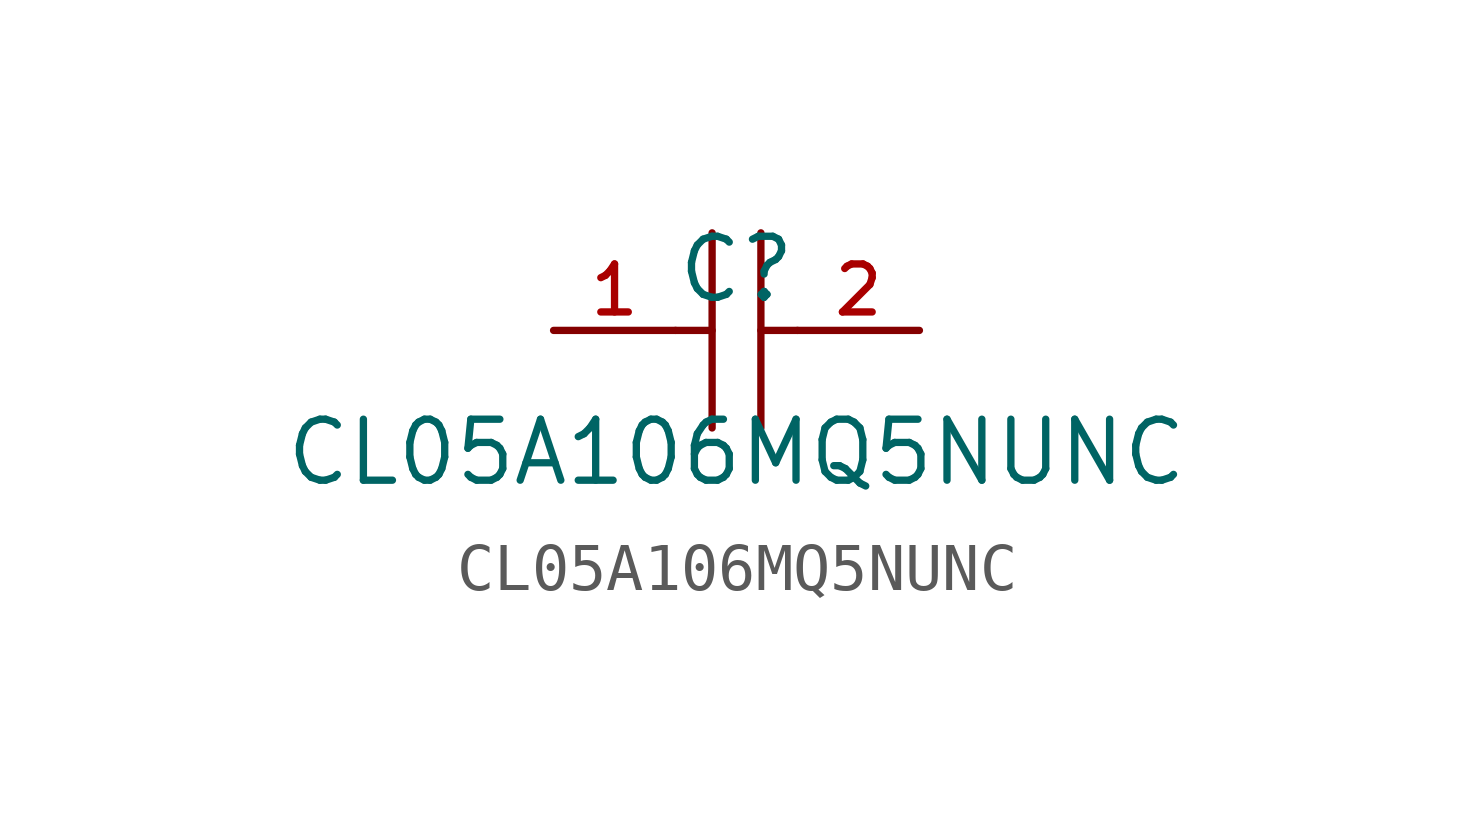
<source format=kicad_sym>
(kicad_symbol_lib
  (version 20220914)
  (generator kicad_symbol_editor)
  (symbol "CL05A106MQ5NUNC"
    (pin_names hide)
    (property "Reference" "C"
      (at 0 1.27 0)
      (effects (font (size 1.27 1.27))))
    (property "Value" "CL05A106MQ5NUNC"
      (at 0 -2.54 0)
      (effects (font (size 1.27 1.27))))
    (symbol "CL05A106MQ5NUNC_0_1"
      (polyline (pts (xy -1.27 0) (xy -0.508 0)) (stroke (width 0) (type default)) (fill (type none)))
      (polyline (pts (xy -0.508 2.032) (xy -0.508 -2.032)) (stroke (width 0) (type default)) (fill (type none)))
      (polyline (pts (xy 0.508 0) (xy 1.27 0)) (stroke (width 0) (type default)) (fill (type none)))
      (polyline (pts (xy 0.508 2.032) (xy 0.508 -2.032)) (stroke (width 0) (type default)) (fill (type none)))
      (pin input line (at -3.81 0 0) (length 2.54) (name "1" (effects (font (size 1 1)))) (number "1" (effects (font (size 1 1)))))
      (pin input line (at 3.81 0 180) (length 2.54) (name "2" (effects (font (size 1 1)))) (number "2" (effects (font (size 1 1))))))))
</source>
